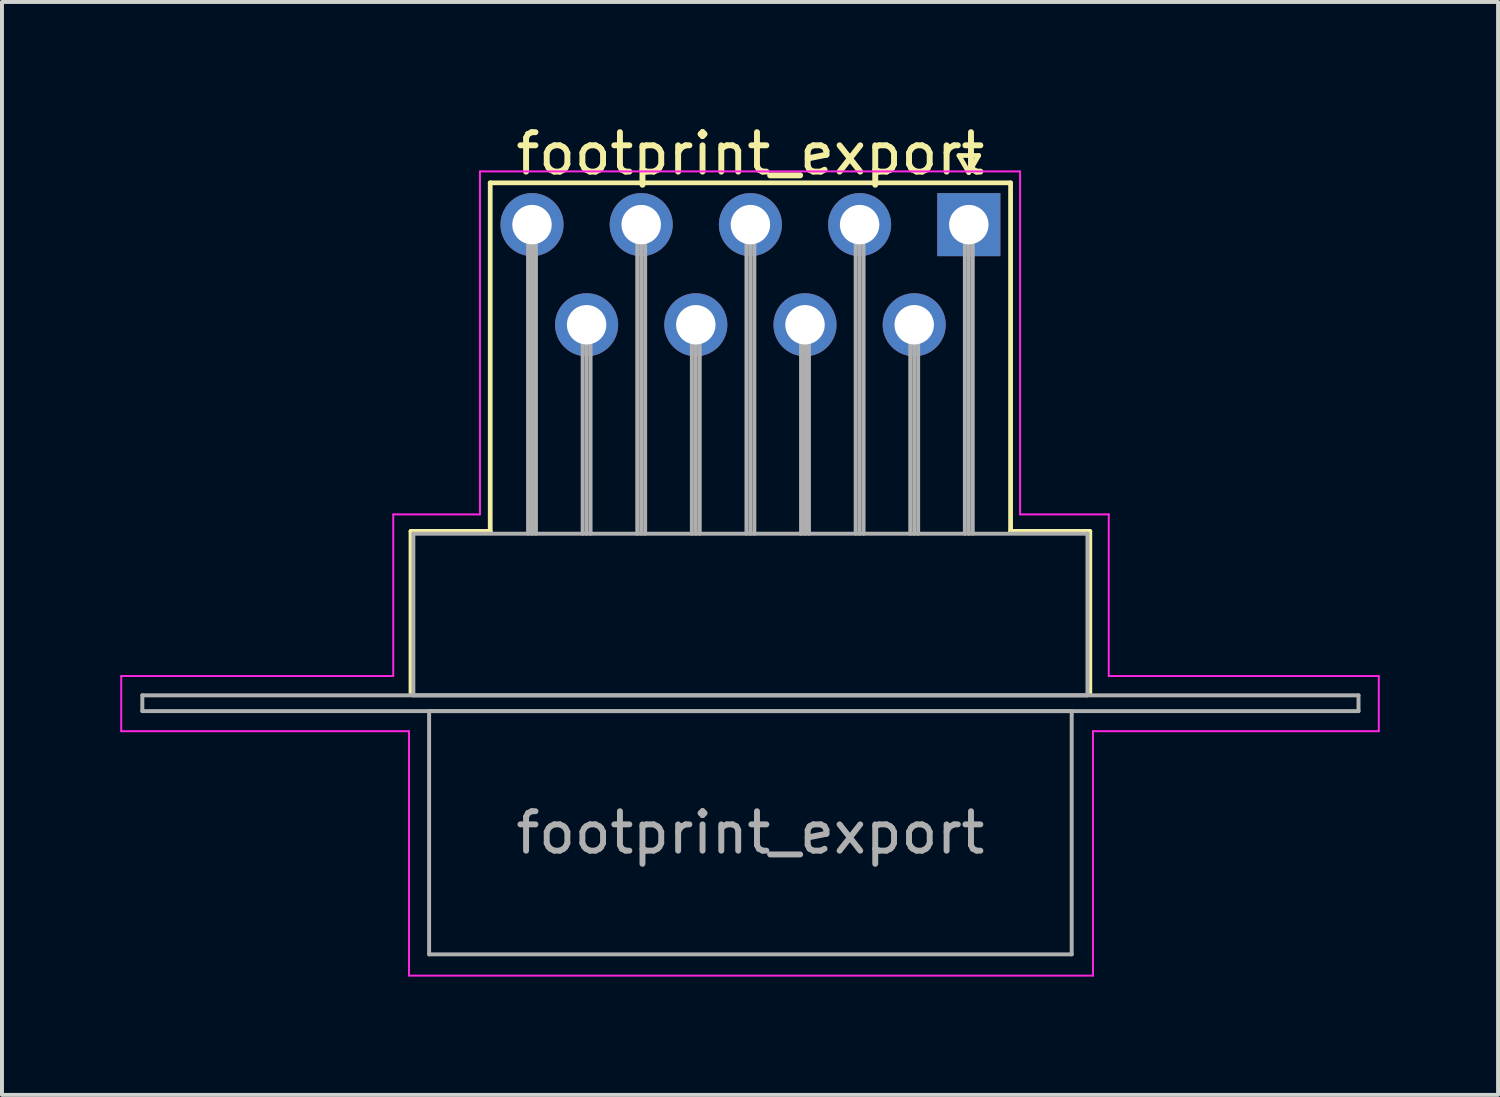
<source format=kicad_pcb>
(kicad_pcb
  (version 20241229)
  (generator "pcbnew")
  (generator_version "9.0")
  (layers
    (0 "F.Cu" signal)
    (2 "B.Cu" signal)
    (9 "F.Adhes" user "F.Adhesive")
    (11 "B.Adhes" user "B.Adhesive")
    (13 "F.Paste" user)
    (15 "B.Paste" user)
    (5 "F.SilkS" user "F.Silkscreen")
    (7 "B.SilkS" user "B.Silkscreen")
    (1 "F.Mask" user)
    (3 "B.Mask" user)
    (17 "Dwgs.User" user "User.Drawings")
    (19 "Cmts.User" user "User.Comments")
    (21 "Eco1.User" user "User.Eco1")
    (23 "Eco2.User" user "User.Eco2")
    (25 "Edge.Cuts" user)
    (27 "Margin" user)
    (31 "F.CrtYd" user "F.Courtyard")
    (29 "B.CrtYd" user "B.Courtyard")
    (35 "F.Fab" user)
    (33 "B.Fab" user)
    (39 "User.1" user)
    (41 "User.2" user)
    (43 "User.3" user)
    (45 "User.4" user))
  (footprint "footprint_export"
    (layer "F.Cu")
    (at 21.525 2.648)
    (property "Reference" "footprint_export" (at -5.54 -1.8 0) (layer "F.SilkS") (effects (font (size 1 1) (thickness 0.15))))
    (attr through_hole)
    (fp_line (start -14.15 7.78) (end -12.14 7.78) (stroke (width 0.12) (type solid)) (layer "F.SilkS"))
    (fp_line (start -14.15 11.88) (end -14.15 7.78) (stroke (width 0.12) (type solid)) (layer "F.SilkS"))
    (fp_line (start -12.14 -1.06) (end 1.06 -1.06) (stroke (width 0.12) (type solid)) (layer "F.SilkS"))
    (fp_line (start -12.14 7.78) (end -12.14 -1.06) (stroke (width 0.12) (type solid)) (layer "F.SilkS"))
    (fp_line (start -0.25 -1.754) (end 0.25 -1.754) (stroke (width 0.12) (type solid)) (layer "F.SilkS"))
    (fp_line (start 0 -1.321) (end -0.25 -1.754) (stroke (width 0.12) (type solid)) (layer "F.SilkS"))
    (fp_line (start 0.25 -1.754) (end 0 -1.321) (stroke (width 0.12) (type solid)) (layer "F.SilkS"))
    (fp_line (start 1.06 -1.06) (end 1.06 7.78) (stroke (width 0.12) (type solid)) (layer "F.SilkS"))
    (fp_line (start 1.06 7.78) (end 3.07 7.78) (stroke (width 0.12) (type solid)) (layer "F.SilkS"))
    (fp_line (start 3.07 7.78) (end 3.07 11.88) (stroke (width 0.12) (type solid)) (layer "F.SilkS"))
    (fp_line (start -21.5 11.45) (end -14.6 11.45) (stroke (width 0.05) (type solid)) (layer "F.CrtYd"))
    (fp_line (start -21.5 12.85) (end -21.5 11.45) (stroke (width 0.05) (type solid)) (layer "F.CrtYd"))
    (fp_line (start -14.6 7.35) (end -12.4 7.35) (stroke (width 0.05) (type solid)) (layer "F.CrtYd"))
    (fp_line (start -14.6 11.45) (end -14.6 7.35) (stroke (width 0.05) (type solid)) (layer "F.CrtYd"))
    (fp_line (start -14.2 12.85) (end -21.5 12.85) (stroke (width 0.05) (type solid)) (layer "F.CrtYd"))
    (fp_line (start -14.2 19.05) (end -14.2 12.85) (stroke (width 0.05) (type solid)) (layer "F.CrtYd"))
    (fp_line (start -12.4 -1.35) (end 1.3 -1.35) (stroke (width 0.05) (type solid)) (layer "F.CrtYd"))
    (fp_line (start -12.4 7.35) (end -12.4 -1.35) (stroke (width 0.05) (type solid)) (layer "F.CrtYd"))
    (fp_line (start 1.3 -1.35) (end 1.3 7.35) (stroke (width 0.05) (type solid)) (layer "F.CrtYd"))
    (fp_line (start 1.3 7.35) (end 3.55 7.35) (stroke (width 0.05) (type solid)) (layer "F.CrtYd"))
    (fp_line (start 3.15 12.85) (end 3.15 19.05) (stroke (width 0.05) (type solid)) (layer "F.CrtYd"))
    (fp_line (start 3.15 19.05) (end -14.2 19.05) (stroke (width 0.05) (type solid)) (layer "F.CrtYd"))
    (fp_line (start 3.55 7.35) (end 3.55 11.45) (stroke (width 0.05) (type solid)) (layer "F.CrtYd"))
    (fp_line (start 3.55 11.45) (end 10.4 11.45) (stroke (width 0.05) (type solid)) (layer "F.CrtYd"))
    (fp_line (start 10.4 11.45) (end 10.4 12.85) (stroke (width 0.05) (type solid)) (layer "F.CrtYd"))
    (fp_line (start 10.4 12.85) (end 3.15 12.85) (stroke (width 0.05) (type solid)) (layer "F.CrtYd"))
    (fp_line (start -20.965 11.94) (end -20.965 12.34) (stroke (width 0.1) (type solid)) (layer "F.Fab"))
    (fp_line (start -20.965 12.34) (end 9.885 12.34) (stroke (width 0.1) (type solid)) (layer "F.Fab"))
    (fp_line (start -14.09 7.84) (end -14.09 11.94) (stroke (width 0.1) (type solid)) (layer "F.Fab"))
    (fp_line (start -14.09 11.94) (end 3.01 11.94) (stroke (width 0.1) (type solid)) (layer "F.Fab"))
    (fp_line (start -13.69 12.34) (end -13.69 18.51) (stroke (width 0.1) (type solid)) (layer "F.Fab"))
    (fp_line (start -13.69 18.51) (end 2.61 18.51) (stroke (width 0.1) (type solid)) (layer "F.Fab"))
    (fp_line (start -11.18 0) (end -11.18 7.84) (stroke (width 0.1) (type solid)) (layer "F.Fab"))
    (fp_line (start -11.08 0) (end -11.08 7.84) (stroke (width 0.1) (type solid)) (layer "F.Fab"))
    (fp_line (start -10.98 0) (end -10.98 7.84) (stroke (width 0.1) (type solid)) (layer "F.Fab"))
    (fp_line (start -9.795 2.54) (end -9.795 7.84) (stroke (width 0.1) (type solid)) (layer "F.Fab"))
    (fp_line (start -9.695 2.54) (end -9.695 7.84) (stroke (width 0.1) (type solid)) (layer "F.Fab"))
    (fp_line (start -9.595 2.54) (end -9.595 7.84) (stroke (width 0.1) (type solid)) (layer "F.Fab"))
    (fp_line (start -8.41 0) (end -8.41 7.84) (stroke (width 0.1) (type solid)) (layer "F.Fab"))
    (fp_line (start -8.31 0) (end -8.31 7.84) (stroke (width 0.1) (type solid)) (layer "F.Fab"))
    (fp_line (start -8.21 0) (end -8.21 7.84) (stroke (width 0.1) (type solid)) (layer "F.Fab"))
    (fp_line (start -7.025 2.54) (end -7.025 7.84) (stroke (width 0.1) (type solid)) (layer "F.Fab"))
    (fp_line (start -6.925 2.54) (end -6.925 7.84) (stroke (width 0.1) (type solid)) (layer "F.Fab"))
    (fp_line (start -6.825 2.54) (end -6.825 7.84) (stroke (width 0.1) (type solid)) (layer "F.Fab"))
    (fp_line (start -5.64 0) (end -5.64 7.84) (stroke (width 0.1) (type solid)) (layer "F.Fab"))
    (fp_line (start -5.54 0) (end -5.54 7.84) (stroke (width 0.1) (type solid)) (layer "F.Fab"))
    (fp_line (start -5.44 0) (end -5.44 7.84) (stroke (width 0.1) (type solid)) (layer "F.Fab"))
    (fp_line (start -4.255 2.54) (end -4.255 7.84) (stroke (width 0.1) (type solid)) (layer "F.Fab"))
    (fp_line (start -4.155 2.54) (end -4.155 7.84) (stroke (width 0.1) (type solid)) (layer "F.Fab"))
    (fp_line (start -4.055 2.54) (end -4.055 7.84) (stroke (width 0.1) (type solid)) (layer "F.Fab"))
    (fp_line (start -2.87 0) (end -2.87 7.84) (stroke (width 0.1) (type solid)) (layer "F.Fab"))
    (fp_line (start -2.77 0) (end -2.77 7.84) (stroke (width 0.1) (type solid)) (layer "F.Fab"))
    (fp_line (start -2.67 0) (end -2.67 7.84) (stroke (width 0.1) (type solid)) (layer "F.Fab"))
    (fp_line (start -1.485 2.54) (end -1.485 7.84) (stroke (width 0.1) (type solid)) (layer "F.Fab"))
    (fp_line (start -1.385 2.54) (end -1.385 7.84) (stroke (width 0.1) (type solid)) (layer "F.Fab"))
    (fp_line (start -1.285 2.54) (end -1.285 7.84) (stroke (width 0.1) (type solid)) (layer "F.Fab"))
    (fp_line (start -0.1 0) (end -0.1 7.84) (stroke (width 0.1) (type solid)) (layer "F.Fab"))
    (fp_line (start 0 0) (end 0 7.84) (stroke (width 0.1) (type solid)) (layer "F.Fab"))
    (fp_line (start 0.1 0) (end 0.1 7.84) (stroke (width 0.1) (type solid)) (layer "F.Fab"))
    (fp_line (start 2.61 12.34) (end -13.69 12.34) (stroke (width 0.1) (type solid)) (layer "F.Fab"))
    (fp_line (start 2.61 18.51) (end 2.61 12.34) (stroke (width 0.1) (type solid)) (layer "F.Fab"))
    (fp_line (start 3.01 7.84) (end -14.09 7.84) (stroke (width 0.1) (type solid)) (layer "F.Fab"))
    (fp_line (start 3.01 11.94) (end 3.01 7.84) (stroke (width 0.1) (type solid)) (layer "F.Fab"))
    (fp_line (start 9.885 11.94) (end -20.965 11.94) (stroke (width 0.1) (type solid)) (layer "F.Fab"))
    (fp_line (start 9.885 12.34) (end 9.885 11.94) (stroke (width 0.1) (type solid)) (layer "F.Fab"))
    (fp_text user "${REFERENCE}" (at -5.54 15.425 0) (layer "F.Fab") (effects (font (size 1 1) (thickness 0.15))))
    (pad "1" thru_hole rect (at 0 0) (size 1.6 1.6) (drill 1) (layers "*.Cu" "*.Mask"))
    (pad "2" thru_hole circle (at -2.77 0) (size 1.6 1.6) (drill 1) (layers "*.Cu" "*.Mask"))
    (pad "3" thru_hole circle (at -5.54 0) (size 1.6 1.6) (drill 1) (layers "*.Cu" "*.Mask"))
    (pad "4" thru_hole circle (at -8.31 0) (size 1.6 1.6) (drill 1) (layers "*.Cu" "*.Mask"))
    (pad "5" thru_hole circle (at -11.08 0) (size 1.6 1.6) (drill 1) (layers "*.Cu" "*.Mask"))
    (pad "6" thru_hole circle (at -1.385 2.54) (size 1.6 1.6) (drill 1) (layers "*.Cu" "*.Mask"))
    (pad "7" thru_hole circle (at -4.155 2.54) (size 1.6 1.6) (drill 1) (layers "*.Cu" "*.Mask"))
    (pad "8" thru_hole circle (at -6.925 2.54) (size 1.6 1.6) (drill 1) (layers "*.Cu" "*.Mask"))
    (pad "9" thru_hole circle (at -9.695 2.54) (size 1.6 1.6) (drill 1) (layers "*.Cu" "*.Mask")))
  (gr_rect
    (start -3 -3)
    (end 34.95 24.723)
    (stroke (width 0.1) (type default))
    (fill no)
    (layer "Edge.Cuts")))
</source>
